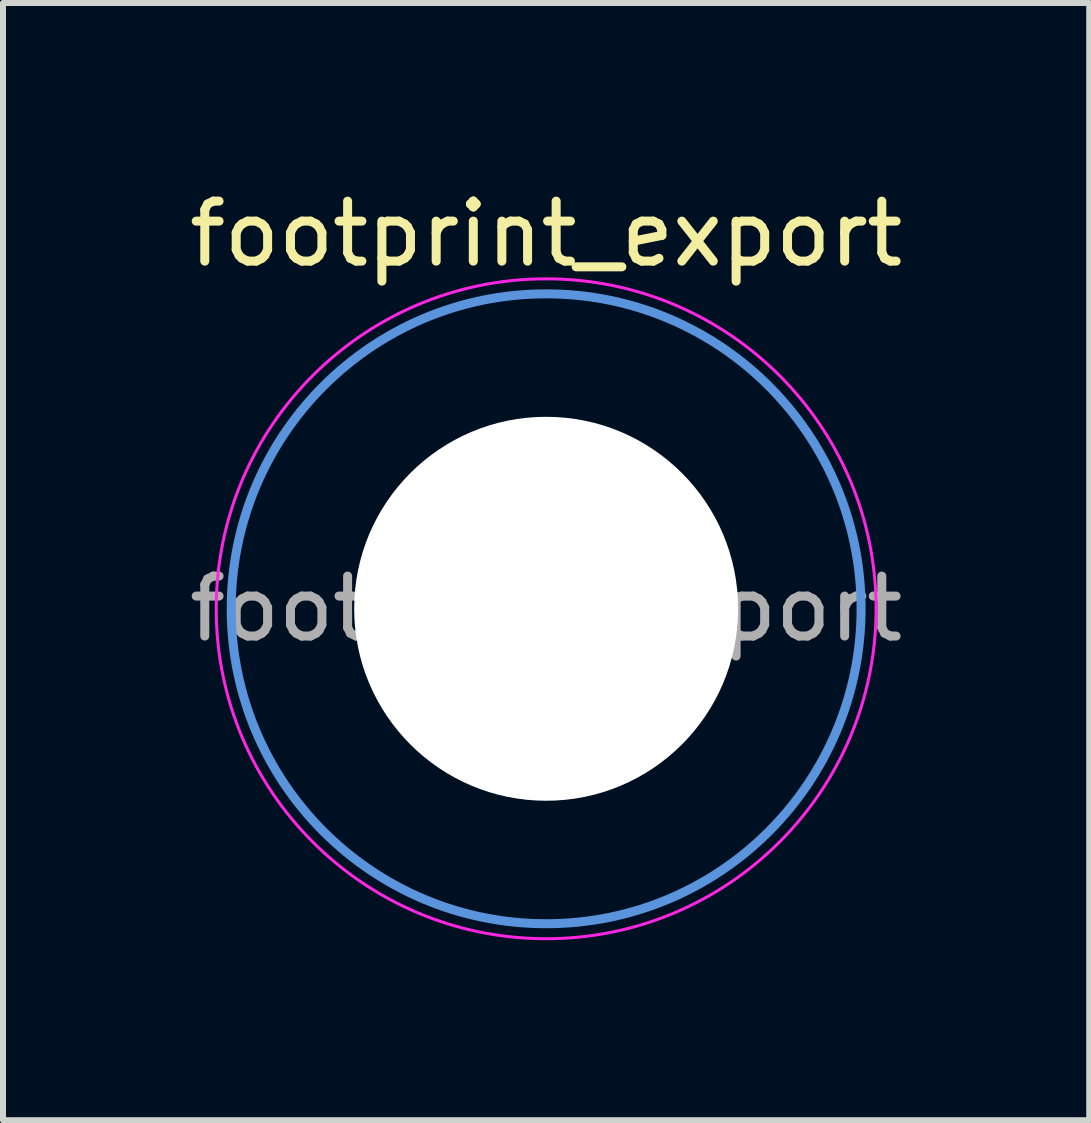
<source format=kicad_pcb>
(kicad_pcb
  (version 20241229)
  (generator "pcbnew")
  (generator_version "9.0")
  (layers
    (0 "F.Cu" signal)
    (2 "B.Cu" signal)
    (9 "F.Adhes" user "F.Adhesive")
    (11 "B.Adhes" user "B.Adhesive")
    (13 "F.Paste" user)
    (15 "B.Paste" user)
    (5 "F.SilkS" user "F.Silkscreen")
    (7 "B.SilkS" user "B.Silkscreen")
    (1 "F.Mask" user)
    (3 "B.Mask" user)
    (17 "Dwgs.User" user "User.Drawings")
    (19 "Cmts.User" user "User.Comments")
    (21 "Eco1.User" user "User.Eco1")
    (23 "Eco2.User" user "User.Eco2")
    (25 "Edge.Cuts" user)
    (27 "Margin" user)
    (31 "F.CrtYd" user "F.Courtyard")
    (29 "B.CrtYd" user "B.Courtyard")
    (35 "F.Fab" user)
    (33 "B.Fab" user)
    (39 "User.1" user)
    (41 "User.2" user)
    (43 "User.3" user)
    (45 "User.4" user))
  (footprint "footprint_export"
    (layer "F.Cu")
    (at 6.054 7.098)
    (property "Reference" "footprint_export" (at 0 -6.25 0) (layer "F.SilkS") (effects (font (size 1 1) (thickness 0.15))))
    (attr exclude_from_pos_files exclude_from_bom)
    (fp_circle (center 0 0) (end 5.25 0) (stroke (width 0.15) (type solid)) (fill no) (layer "Cmts.User"))
    (fp_circle (center 0 0) (end 5.5 0) (stroke (width 0.05) (type solid)) (fill no) (layer "F.CrtYd"))
    (fp_text user "${REFERENCE}" (at 0 0 0) (layer "F.Fab") (effects (font (size 1 1) (thickness 0.15))))
    (pad "" np_thru_hole circle (at 0 0) (size 6.4 6.4) (drill 6.4) (layers "*.Cu" "*.Mask")))
  (gr_rect
    (start -3 -3)
    (end 15.107 15.623)
    (stroke (width 0.1) (type default))
    (fill no)
    (layer "Edge.Cuts")))
</source>
